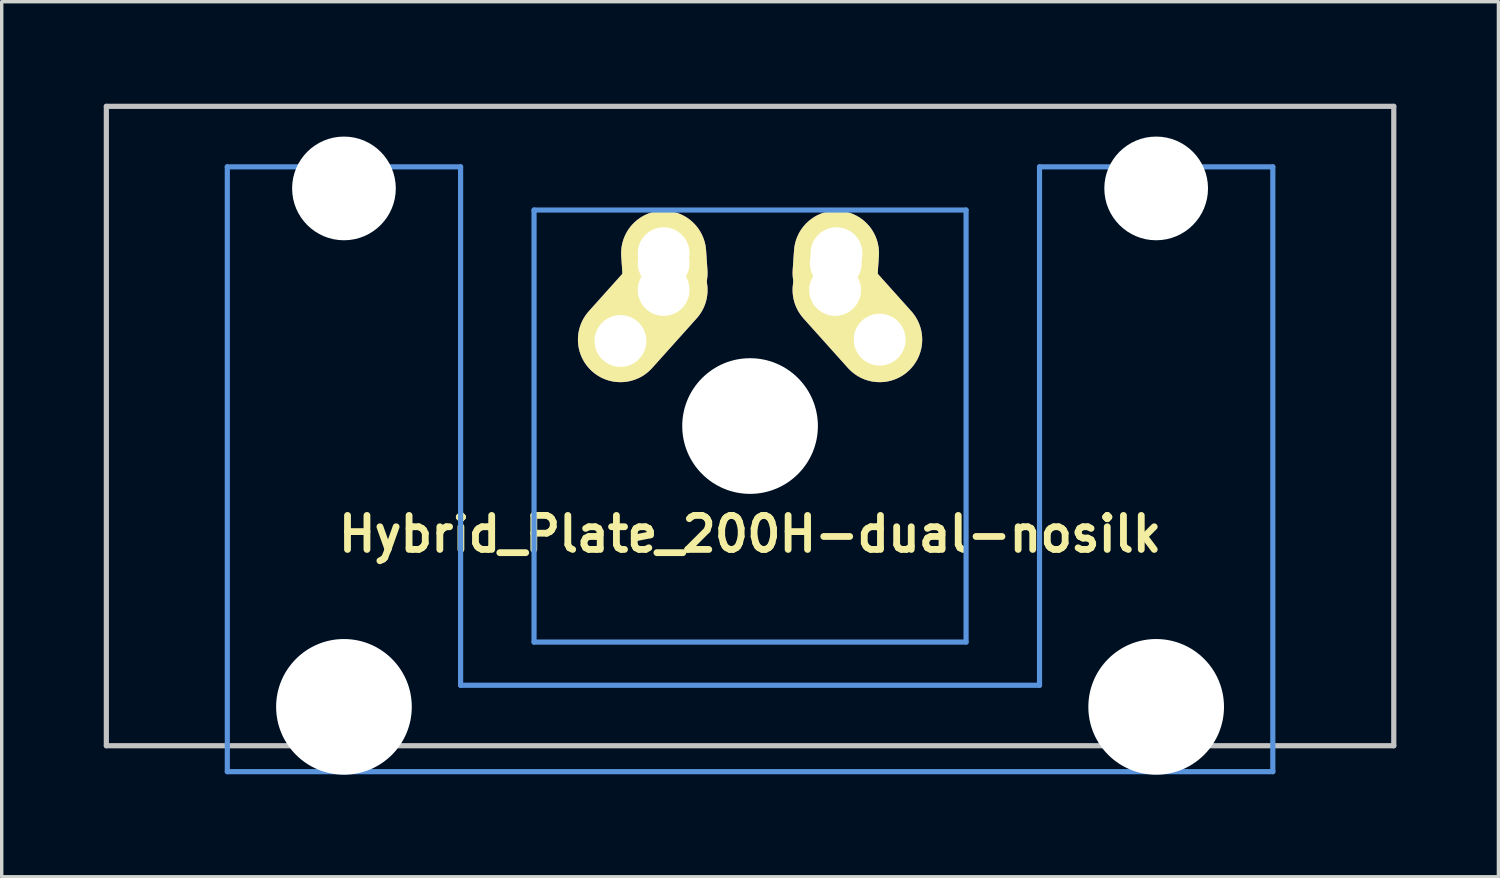
<source format=kicad_pcb>
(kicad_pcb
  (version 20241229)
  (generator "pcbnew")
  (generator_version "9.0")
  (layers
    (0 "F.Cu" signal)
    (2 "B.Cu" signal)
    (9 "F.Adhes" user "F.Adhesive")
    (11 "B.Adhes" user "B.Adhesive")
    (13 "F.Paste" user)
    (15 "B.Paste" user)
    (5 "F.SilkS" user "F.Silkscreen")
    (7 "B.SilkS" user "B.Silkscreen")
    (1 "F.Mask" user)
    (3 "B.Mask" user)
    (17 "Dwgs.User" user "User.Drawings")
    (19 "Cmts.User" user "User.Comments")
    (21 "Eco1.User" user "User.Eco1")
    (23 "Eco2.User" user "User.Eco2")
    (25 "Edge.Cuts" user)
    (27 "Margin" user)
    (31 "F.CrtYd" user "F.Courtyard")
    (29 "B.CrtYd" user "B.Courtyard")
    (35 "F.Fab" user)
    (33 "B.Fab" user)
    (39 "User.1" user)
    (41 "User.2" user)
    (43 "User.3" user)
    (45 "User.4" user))
  (footprint "Hybrid_Plate_200H-dual-nosilk"
    (layer "F.Cu")
    (at 18.999 9.474)
    (property "Reference" "Hybrid_Plate_200H-dual-nosilk" (at 0 3.175 0) (layer "F.SilkS") (effects (font (size 1 1) (thickness 0.2))))
    (attr through_hole)
    (fp_line (start -18.923 -9.398) (end 18.923 -9.398) (stroke (width 0.152) (type solid)) (layer "Dwgs.User"))
    (fp_line (start -18.923 9.398) (end -18.923 -9.398) (stroke (width 0.152) (type solid)) (layer "Dwgs.User"))
    (fp_line (start 18.923 -9.398) (end 18.923 9.398) (stroke (width 0.152) (type solid)) (layer "Dwgs.User"))
    (fp_line (start 18.923 9.398) (end -18.923 9.398) (stroke (width 0.152) (type solid)) (layer "Dwgs.User"))
    (fp_line (start -15.367 -7.62) (end -15.367 10.16) (stroke (width 0.152) (type solid)) (layer "Cmts.User"))
    (fp_line (start -15.367 10.16) (end 15.367 10.16) (stroke (width 0.152) (type solid)) (layer "Cmts.User"))
    (fp_line (start -8.509 -7.62) (end -15.367 -7.62) (stroke (width 0.152) (type solid)) (layer "Cmts.User"))
    (fp_line (start -8.509 7.62) (end -8.509 -7.62) (stroke (width 0.152) (type solid)) (layer "Cmts.User"))
    (fp_line (start -6.35 -6.35) (end 6.35 -6.35) (stroke (width 0.152) (type solid)) (layer "Cmts.User"))
    (fp_line (start -6.35 6.35) (end -6.35 -6.35) (stroke (width 0.152) (type solid)) (layer "Cmts.User"))
    (fp_line (start 6.35 -6.35) (end 6.35 6.35) (stroke (width 0.152) (type solid)) (layer "Cmts.User"))
    (fp_line (start 6.35 6.35) (end -6.35 6.35) (stroke (width 0.152) (type solid)) (layer "Cmts.User"))
    (fp_line (start 8.509 -7.62) (end 8.509 7.62) (stroke (width 0.152) (type solid)) (layer "Cmts.User"))
    (fp_line (start 8.509 7.62) (end -8.509 7.62) (stroke (width 0.152) (type solid)) (layer "Cmts.User"))
    (fp_line (start 15.367 -7.62) (end 8.509 -7.62) (stroke (width 0.152) (type solid)) (layer "Cmts.User"))
    (fp_line (start 15.367 10.16) (end 15.367 -7.62) (stroke (width 0.152) (type solid)) (layer "Cmts.User"))
    (fp_line (start -16.129 -2.286) (end -15.265 -2.286) (stroke (width 0.152) (type solid)) (layer "Eco2.User"))
    (fp_line (start -16.129 0.508) (end -16.129 -2.286) (stroke (width 0.152) (type solid)) (layer "Eco2.User"))
    (fp_line (start -15.265 -5.69) (end -8.611 -5.69) (stroke (width 0.152) (type solid)) (layer "Eco2.User"))
    (fp_line (start -15.265 -2.286) (end -15.265 -5.69) (stroke (width 0.152) (type solid)) (layer "Eco2.User"))
    (fp_line (start -15.265 0.508) (end -16.129 0.508) (stroke (width 0.152) (type solid)) (layer "Eco2.User"))
    (fp_line (start -15.265 6.604) (end -15.265 0.508) (stroke (width 0.152) (type solid)) (layer "Eco2.User"))
    (fp_line (start -14.224 6.604) (end -15.265 6.604) (stroke (width 0.152) (type solid)) (layer "Eco2.User"))
    (fp_line (start -14.224 7.772) (end -14.224 6.604) (stroke (width 0.152) (type solid)) (layer "Eco2.User"))
    (fp_line (start -9.652 6.604) (end -9.652 7.772) (stroke (width 0.152) (type solid)) (layer "Eco2.User"))
    (fp_line (start -9.652 7.772) (end -14.224 7.772) (stroke (width 0.152) (type solid)) (layer "Eco2.User"))
    (fp_line (start -8.611 -5.69) (end -8.611 -4.877) (stroke (width 0.152) (type solid)) (layer "Eco2.User"))
    (fp_line (start -8.611 -4.877) (end -6.985 -4.877) (stroke (width 0.152) (type solid)) (layer "Eco2.User"))
    (fp_line (start -8.611 5.817) (end -8.611 6.604) (stroke (width 0.152) (type solid)) (layer "Eco2.User"))
    (fp_line (start -8.611 6.604) (end -9.652 6.604) (stroke (width 0.152) (type solid)) (layer "Eco2.User"))
    (fp_line (start -6.985 -6.985) (end 6.985 -6.985) (stroke (width 0.152) (type solid)) (layer "Eco2.User"))
    (fp_line (start -6.985 -4.877) (end -6.985 -6.985) (stroke (width 0.152) (type solid)) (layer "Eco2.User"))
    (fp_line (start -6.985 5.817) (end -8.611 5.817) (stroke (width 0.152) (type solid)) (layer "Eco2.User"))
    (fp_line (start -6.985 6.985) (end -6.985 5.817) (stroke (width 0.152) (type solid)) (layer "Eco2.User"))
    (fp_line (start 6.985 -6.985) (end 6.985 -4.877) (stroke (width 0.152) (type solid)) (layer "Eco2.User"))
    (fp_line (start 6.985 -4.877) (end 8.611 -4.877) (stroke (width 0.152) (type solid)) (layer "Eco2.User"))
    (fp_line (start 6.985 5.817) (end 6.985 6.985) (stroke (width 0.152) (type solid)) (layer "Eco2.User"))
    (fp_line (start 6.985 6.985) (end -6.985 6.985) (stroke (width 0.152) (type solid)) (layer "Eco2.User"))
    (fp_line (start 8.611 -5.69) (end 15.265 -5.69) (stroke (width 0.152) (type solid)) (layer "Eco2.User"))
    (fp_line (start 8.611 -4.877) (end 8.611 -5.69) (stroke (width 0.152) (type solid)) (layer "Eco2.User"))
    (fp_line (start 8.611 5.817) (end 6.985 5.817) (stroke (width 0.152) (type solid)) (layer "Eco2.User"))
    (fp_line (start 8.611 6.604) (end 8.611 5.817) (stroke (width 0.152) (type solid)) (layer "Eco2.User"))
    (fp_line (start 9.652 6.604) (end 8.611 6.604) (stroke (width 0.152) (type solid)) (layer "Eco2.User"))
    (fp_line (start 9.652 7.772) (end 9.652 6.604) (stroke (width 0.152) (type solid)) (layer "Eco2.User"))
    (fp_line (start 14.224 6.604) (end 14.224 7.772) (stroke (width 0.152) (type solid)) (layer "Eco2.User"))
    (fp_line (start 14.224 7.772) (end 9.652 7.772) (stroke (width 0.152) (type solid)) (layer "Eco2.User"))
    (fp_line (start 15.265 -5.69) (end 15.265 -2.286) (stroke (width 0.152) (type solid)) (layer "Eco2.User"))
    (fp_line (start 15.265 -2.286) (end 16.129 -2.286) (stroke (width 0.152) (type solid)) (layer "Eco2.User"))
    (fp_line (start 15.265 0.508) (end 15.265 6.604) (stroke (width 0.152) (type solid)) (layer "Eco2.User"))
    (fp_line (start 15.265 6.604) (end 14.224 6.604) (stroke (width 0.152) (type solid)) (layer "Eco2.User"))
    (fp_line (start 16.129 -2.286) (end 16.129 0.508) (stroke (width 0.152) (type solid)) (layer "Eco2.User"))
    (fp_line (start 16.129 0.508) (end 15.265 0.508) (stroke (width 0.152) (type solid)) (layer "Eco2.User"))
    (pad "" np_thru_hole circle (at -11.938 -6.985) (size 3.048 3.048) (drill 3.048) (layers "*.Cu"))
    (pad "" np_thru_hole circle (at -11.938 8.255) (size 3.988 3.988) (drill 3.988) (layers "*.Cu"))
    (pad "" np_thru_hole circle (at 0 0) (size 3.988 3.988) (drill 3.988) (layers "*.Cu"))
    (pad "" np_thru_hole circle (at 11.938 -6.985) (size 3.048 3.048) (drill 3.048) (layers "*.Cu"))
    (pad "" np_thru_hole circle (at 11.938 8.255) (size 3.988 3.988) (drill 3.988) (layers "*.Cu"))
    (pad "1" thru_hole circle (at -3.81 -2.5 221.9) (size 2 2) (drill 1.524) (layers "*.Cu" "*.Mask" "F.SilkS"))
    (pad "1" thru_hole oval (at -3.155 -3.27 138.1) (size 2.5 4.462) (drill 0.0001) (layers "*.Cu" "*.Mask" "F.SilkS"))
    (pad "1" thru_hole circle (at -2.54 -5.08) (size 2 2) (drill 1.524) (layers "*.Cu" "*.Mask" "F.SilkS"))
    (pad "1" thru_hole circle (at -2.54 -4.79) (size 2 2) (drill 1.524) (layers "*.Cu" "*.Mask" "F.SilkS"))
    (pad "1" thru_hole circle (at -2.54 -4) (size 2 2) (drill 1.524) (layers "*.Cu" "*.Mask" "F.SilkS"))
    (pad "1" thru_hole oval (at -2.52 -4.79 3.9) (size 2.5 3.081) (drill 0.0001) (layers "*.Cu" "*.Mask" "F.SilkS"))
    (pad "2" thru_hole circle (at 2.5 -4) (size 2 2) (drill 1.524) (layers "*.Cu" "*.Mask" "F.SilkS"))
    (pad "2" thru_hole circle (at 2.52 -4.79) (size 2 2) (drill 1.524) (layers "*.Cu" "*.Mask" "F.SilkS"))
    (pad "2" thru_hole oval (at 2.52 -4.79 356.1) (size 2.5 3.081) (drill 0.0001) (layers "*.Cu" "*.Mask" "F.SilkS"))
    (pad "2" thru_hole circle (at 2.54 -5.08) (size 2 2) (drill 1.524) (layers "*.Cu" "*.Mask" "F.SilkS"))
    (pad "2" thru_hole oval (at 3.155 -3.27 221.9) (size 2.5 4.462) (drill 0.0001) (layers "*.Cu" "*.Mask" "F.SilkS"))
    (pad "2" thru_hole circle (at 3.81 -2.54) (size 2 2) (drill 1.524) (layers "*.Cu" "*.Mask" "F.SilkS")))
  (gr_rect
    (start -3 -3)
    (end 40.998 22.723)
    (stroke (width 0.1) (type default))
    (fill no)
    (layer "Edge.Cuts")))
</source>
